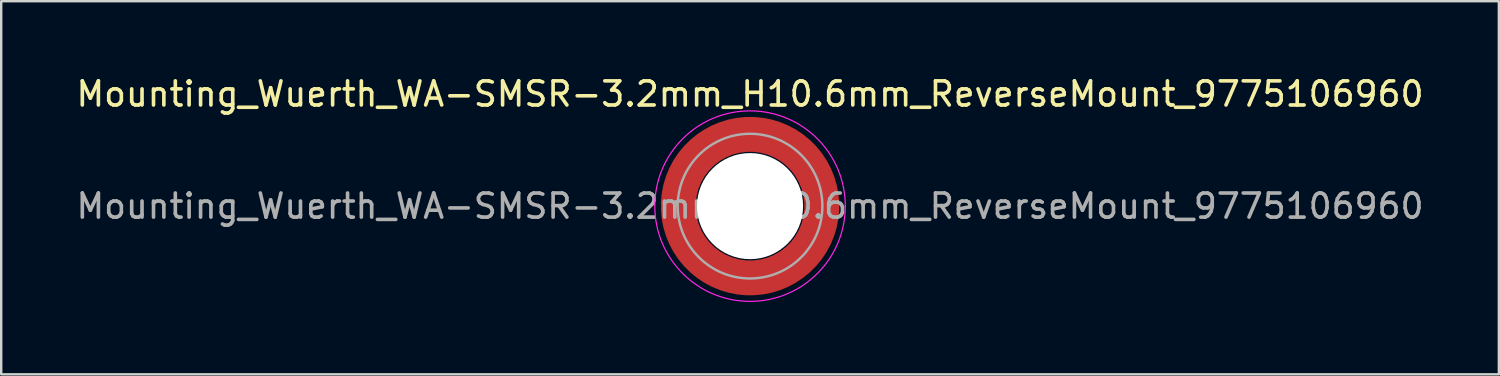
<source format=kicad_pcb>
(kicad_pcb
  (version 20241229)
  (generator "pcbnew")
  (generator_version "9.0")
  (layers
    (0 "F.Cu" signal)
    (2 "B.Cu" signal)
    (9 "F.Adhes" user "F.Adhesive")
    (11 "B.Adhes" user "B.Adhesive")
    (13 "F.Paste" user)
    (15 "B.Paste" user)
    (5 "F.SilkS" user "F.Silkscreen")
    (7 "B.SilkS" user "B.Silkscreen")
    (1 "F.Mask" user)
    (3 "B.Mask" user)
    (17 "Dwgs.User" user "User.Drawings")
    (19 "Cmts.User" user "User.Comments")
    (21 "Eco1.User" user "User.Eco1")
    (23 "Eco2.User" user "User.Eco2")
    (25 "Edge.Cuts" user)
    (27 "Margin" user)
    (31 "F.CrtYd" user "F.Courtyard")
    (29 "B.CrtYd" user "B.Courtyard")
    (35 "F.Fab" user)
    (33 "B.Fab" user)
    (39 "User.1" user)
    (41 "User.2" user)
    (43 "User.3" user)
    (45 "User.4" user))
  (footprint "Mounting_Wuerth_WA-SMSR-3.2mm_H10.6mm_ReverseMount_9775106960"
    (layer "F.Cu")
    (at 28.054 5.498)
    (property "Reference" "Mounting_Wuerth_WA-SMSR-3.2mm_H10.6mm_ReverseMount_9775106960" (at 0 -4.65 0) (layer "F.SilkS") (effects (font (size 1 1) (thickness 0.15))))
    (property "Mouser Part no." "" (at 0 0 0) (layer "F.Fab") (effects (font (size 1.27 1.27) (thickness 0.15))))
    (property "Mouser link" "" (at 0 0 0) (layer "F.Fab") (effects (font (size 1.27 1.27) (thickness 0.15))))
    (attr smd)
    (fp_circle (center 0 0) (end 3.95 0) (stroke (width 0.05) (type solid)) (fill no) (layer "F.CrtYd"))
    (fp_circle (center 0 0) (end 3 0) (stroke (width 0.1) (type solid)) (fill no) (layer "F.Fab"))
    (fp_text user "${REFERENCE}" (at 0 0 0) (layer "F.Fab") (effects (font (size 1 1) (thickness 0.15))))
    (pad "" smd custom (at -2.095 -2.095) (size 0.945 0.945) (layers "F.Paste") (options (anchor circle)) (primitives (gr_arc (start -0.24231 1.594804) (mid 0.404104 0.405534) (end 1.592827 -0.241886) (width 0.2)) (gr_arc (start -0.3398 1.594804) (mid 0.335987 0.338711) (end 1.591031 -0.339022) (width 0.2)) (gr_arc (start -0.437132 1.594804) (mid 0.268952 0.270807) (end 1.592231 -0.436623) (width 0.2)) (gr_arc (start -0.534324 1.594804) (mid 0.201345 0.203474) (end 1.591846 -0.53376) (width 0.2)) (gr_arc (start -0.631391 1.594804) (mid 0.134696 0.135183) (end 1.594126 -0.631267) (width 0.2)) (gr_arc (start -0.728345 1.594804) (mid 0.067234 0.067705) (end 1.594149 -0.728229) (width 0.2)) (gr_arc (start -0.825197 1.594804) (mid -0.001218 0.001219) (end 1.591408 -0.824614) (width 0.2)) (gr_arc (start -0.921958 1.594804) (mid -0.068952 -0.065985) (end 1.590665 -0.921269) (width 0.2)) (gr_arc (start -1.018637 1.594804) (mid -0.135972 -0.133907) (end 1.59192 -1.018172) (width 0.2)) (gr_arc (start -1.115239 1.594804) (mid -0.20428 -0.200537) (end 1.589574 -1.11442) (width 0.2)) (gr_arc (start -1.211773 1.594804) (mid -0.26993 -0.269828) (end 1.594662 -1.211751) (width 0.2)) (gr_arc (start -1.308244 1.594804) (mid -0.33911 -0.335587) (end 1.589875 -1.307516) (width 0.2)) (gr_arc (start -1.404657 1.594804) (mid -0.405633 -0.404004) (end 1.592524 -1.404331) (width 0.2)) (gr_arc (start -1.404657 1.594804) (mid -0.405633 -0.404004) (end 1.592524 -1.404331) (width 0.2)) (gr_line (start 1.595 -0.242) (end 1.595 -1.405) (width 0.2)) (gr_line (start -0.242 1.595) (end -1.405 1.595) (width 0.2))))
    (pad "" smd custom (at -2.095 2.095) (size 0.945 0.945) (layers "F.Paste") (options (anchor circle)) (primitives (gr_arc (start 1.594804 0.24231) (mid 0.405534 -0.404104) (end -0.241886 -1.592827) (width 0.2)) (gr_arc (start 1.594804 0.3398) (mid 0.338711 -0.335987) (end -0.339022 -1.591031) (width 0.2)) (gr_arc (start 1.594804 0.437132) (mid 0.270807 -0.268952) (end -0.436623 -1.592231) (width 0.2)) (gr_arc (start 1.594804 0.534324) (mid 0.203474 -0.201345) (end -0.53376 -1.591846) (width 0.2)) (gr_arc (start 1.594804 0.631391) (mid 0.135183 -0.134696) (end -0.631267 -1.594126) (width 0.2)) (gr_arc (start 1.594804 0.728345) (mid 0.067705 -0.067234) (end -0.728229 -1.594149) (width 0.2)) (gr_arc (start 1.594804 0.825197) (mid 0.001219 0.001218) (end -0.824614 -1.591408) (width 0.2)) (gr_arc (start 1.594804 0.921958) (mid -0.065985 0.068952) (end -0.921269 -1.590665) (width 0.2)) (gr_arc (start 1.594804 1.018637) (mid -0.133907 0.135972) (end -1.018172 -1.59192) (width 0.2)) (gr_arc (start 1.594804 1.115239) (mid -0.200537 0.20428) (end -1.11442 -1.589574) (width 0.2)) (gr_arc (start 1.594804 1.211773) (mid -0.269828 0.26993) (end -1.211751 -1.594662) (width 0.2)) (gr_arc (start 1.594804 1.308244) (mid -0.335587 0.33911) (end -1.307516 -1.589875) (width 0.2)) (gr_arc (start 1.594804 1.404657) (mid -0.404004 0.405633) (end -1.404331 -1.592524) (width 0.2)) (gr_arc (start 1.594804 1.404657) (mid -0.404004 0.405633) (end -1.404331 -1.592524) (width 0.2)) (gr_line (start -0.242 -1.595) (end -1.405 -1.595) (width 0.2)) (gr_line (start 1.595 0.242) (end 1.595 1.405) (width 0.2))))
    (pad "" np_thru_hole circle (at 0 0) (size 4.4 4.4) (drill 4.4) (layers "*.Cu" "*.Mask"))
    (pad "" smd custom (at 2.095 -2.095) (size 0.945 0.945) (layers "F.Paste") (options (anchor circle)) (primitives (gr_arc (start -1.594804 -0.24231) (mid -0.405534 0.404104) (end 0.241886 1.592827) (width 0.2)) (gr_arc (start -1.594804 -0.3398) (mid -0.338711 0.335987) (end 0.339022 1.591031) (width 0.2)) (gr_arc (start -1.594804 -0.437132) (mid -0.270807 0.268952) (end 0.436623 1.592231) (width 0.2)) (gr_arc (start -1.594804 -0.534324) (mid -0.203474 0.201345) (end 0.53376 1.591846) (width 0.2)) (gr_arc (start -1.594804 -0.631391) (mid -0.135183 0.134696) (end 0.631267 1.594126) (width 0.2)) (gr_arc (start -1.594804 -0.728345) (mid -0.067705 0.067234) (end 0.728229 1.594149) (width 0.2)) (gr_arc (start -1.594804 -0.825197) (mid -0.001219 -0.001218) (end 0.824614 1.591408) (width 0.2)) (gr_arc (start -1.594804 -0.921958) (mid 0.065985 -0.068952) (end 0.921269 1.590665) (width 0.2)) (gr_arc (start -1.594804 -1.018637) (mid 0.133907 -0.135972) (end 1.018172 1.59192) (width 0.2)) (gr_arc (start -1.594804 -1.115239) (mid 0.200537 -0.20428) (end 1.11442 1.589574) (width 0.2)) (gr_arc (start -1.594804 -1.211773) (mid 0.269828 -0.26993) (end 1.211751 1.594662) (width 0.2)) (gr_arc (start -1.594804 -1.308244) (mid 0.335587 -0.33911) (end 1.307516 1.589875) (width 0.2)) (gr_arc (start -1.594804 -1.404657) (mid 0.404004 -0.405633) (end 1.404331 1.592524) (width 0.2)) (gr_arc (start -1.594804 -1.404657) (mid 0.404004 -0.405633) (end 1.404331 1.592524) (width 0.2)) (gr_line (start 0.242 1.595) (end 1.405 1.595) (width 0.2)) (gr_line (start -1.595 -0.242) (end -1.595 -1.405) (width 0.2))))
    (pad "" smd custom (at 2.095 2.095) (size 0.945 0.945) (layers "F.Paste") (options (anchor circle)) (primitives (gr_arc (start 0.24231 -1.594804) (mid -0.404104 -0.405534) (end -1.592827 0.241886) (width 0.2)) (gr_arc (start 0.3398 -1.594804) (mid -0.335987 -0.338711) (end -1.591031 0.339022) (width 0.2)) (gr_arc (start 0.437132 -1.594804) (mid -0.268952 -0.270807) (end -1.592231 0.436623) (width 0.2)) (gr_arc (start 0.534324 -1.594804) (mid -0.201345 -0.203474) (end -1.591846 0.53376) (width 0.2)) (gr_arc (start 0.631391 -1.594804) (mid -0.134696 -0.135183) (end -1.594126 0.631267) (width 0.2)) (gr_arc (start 0.728345 -1.594804) (mid -0.067234 -0.067705) (end -1.594149 0.728229) (width 0.2)) (gr_arc (start 0.825197 -1.594804) (mid 0.001218 -0.001219) (end -1.591408 0.824614) (width 0.2)) (gr_arc (start 0.921958 -1.594804) (mid 0.068952 0.065985) (end -1.590665 0.921269) (width 0.2)) (gr_arc (start 1.018637 -1.594804) (mid 0.135972 0.133907) (end -1.59192 1.018172) (width 0.2)) (gr_arc (start 1.115239 -1.594804) (mid 0.20428 0.200537) (end -1.589574 1.11442) (width 0.2)) (gr_arc (start 1.211773 -1.594804) (mid 0.26993 0.269828) (end -1.594662 1.211751) (width 0.2)) (gr_arc (start 1.308244 -1.594804) (mid 0.33911 0.335587) (end -1.589875 1.307516) (width 0.2)) (gr_arc (start 1.404657 -1.594804) (mid 0.405633 0.404004) (end -1.592524 1.404331) (width 0.2)) (gr_arc (start 1.404657 -1.594804) (mid 0.405633 0.404004) (end -1.592524 1.404331) (width 0.2)) (gr_line (start -1.595 0.242) (end -1.595 1.405) (width 0.2)) (gr_line (start 0.242 -1.595) (end 1.405 -1.595) (width 0.2))))
    (pad "1" smd circle (at -2.975 0) (size 1.05 1.05) (layers "F.Cu"))
    (pad "1" smd circle (at 0 -2.975) (size 1.05 1.05) (layers "F.Cu"))
    (pad "1" smd circle (at 0 2.975) (size 1.05 1.05) (layers "F.Cu"))
    (pad "1" smd custom (at 2.975 0) (size 1.05 1.05) (layers "F.Cu" "F.Mask") (options (anchor circle)) (primitives (gr_circle (center -2.975 0) (end 0 0) (width 1.45) (fill no)))))
  (gr_rect
    (start -3 -3)
    (end 59.107 12.473)
    (stroke (width 0.1) (type default))
    (fill no)
    (layer "Edge.Cuts")))
</source>
